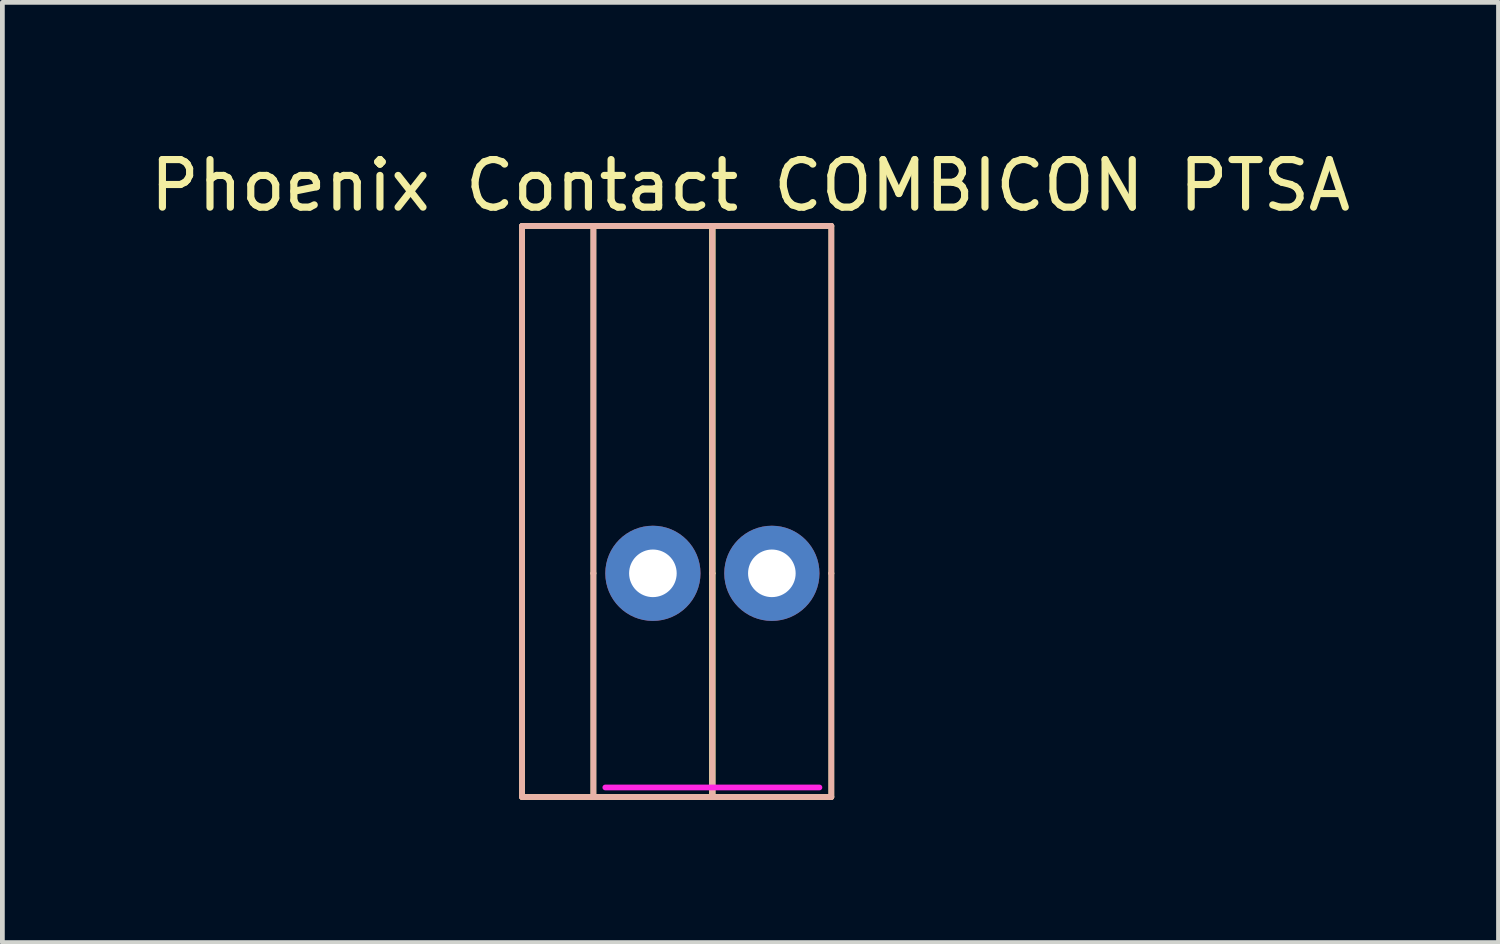
<source format=kicad_pcb>
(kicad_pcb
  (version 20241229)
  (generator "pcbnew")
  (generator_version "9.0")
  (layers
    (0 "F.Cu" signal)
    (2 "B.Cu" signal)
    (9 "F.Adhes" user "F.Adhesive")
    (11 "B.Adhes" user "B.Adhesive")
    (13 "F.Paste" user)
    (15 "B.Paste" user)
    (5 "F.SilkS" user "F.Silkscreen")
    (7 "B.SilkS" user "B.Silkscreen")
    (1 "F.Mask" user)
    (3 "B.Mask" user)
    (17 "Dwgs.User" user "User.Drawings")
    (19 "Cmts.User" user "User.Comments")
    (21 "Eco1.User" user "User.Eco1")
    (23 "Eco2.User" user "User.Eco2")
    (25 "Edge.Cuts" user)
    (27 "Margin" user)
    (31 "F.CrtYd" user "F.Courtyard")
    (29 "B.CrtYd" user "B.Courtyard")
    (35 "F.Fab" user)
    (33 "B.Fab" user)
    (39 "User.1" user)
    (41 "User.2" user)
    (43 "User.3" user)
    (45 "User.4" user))
  (footprint "Phoenix Contact COMBICON PTSA"
    (layer "F.Cu")
    (at 10.67 8.998)
    (property "Reference" "Phoenix Contact COMBICON PTSA" (at 2.05 -8.15 0) (layer "F.SilkS") (effects (font (size 1 1) (thickness 0.15))))
    (attr through_hole)
    (fp_line (start -2.75 -7.3) (end -2.75 4.7) (stroke (width 0.12) (type solid)) (layer "F.SilkS"))
    (fp_line (start -2.75 4.7) (end -1.25 4.7) (stroke (width 0.12) (type solid)) (layer "F.SilkS"))
    (fp_line (start -1.25 -7.3) (end -2.75 -7.3) (stroke (width 0.12) (type solid)) (layer "F.SilkS"))
    (fp_line (start -1.25 -7.3) (end -1.25 0) (stroke (width 0.12) (type solid)) (layer "F.SilkS"))
    (fp_line (start -1.25 0) (end -1.25 4.7) (stroke (width 0.12) (type solid)) (layer "F.SilkS"))
    (fp_line (start -1.25 4.7) (end 1.25 4.7) (stroke (width 0.12) (type solid)) (layer "F.SilkS"))
    (fp_line (start 1.25 -7.3) (end -1.25 -7.3) (stroke (width 0.12) (type solid)) (layer "F.SilkS"))
    (fp_line (start 1.25 -7.3) (end 1.25 0) (stroke (width 0.12) (type solid)) (layer "F.SilkS"))
    (fp_line (start 1.25 0) (end 1.25 -7.3) (stroke (width 0.12) (type solid)) (layer "F.SilkS"))
    (fp_line (start 1.25 0) (end 1.25 -7.3) (stroke (width 0.12) (type solid)) (layer "F.SilkS"))
    (fp_line (start 1.25 0) (end 1.25 4.7) (stroke (width 0.12) (type solid)) (layer "F.SilkS"))
    (fp_line (start 1.25 4.7) (end 1.25 0) (stroke (width 0.12) (type solid)) (layer "F.SilkS"))
    (fp_line (start 1.25 4.7) (end 1.25 0) (stroke (width 0.12) (type solid)) (layer "F.SilkS"))
    (fp_line (start 1.25 4.7) (end 3.75 4.7) (stroke (width 0.12) (type solid)) (layer "F.SilkS"))
    (fp_line (start 3.75 -7.3) (end 1.25 -7.3) (stroke (width 0.12) (type solid)) (layer "F.SilkS"))
    (fp_line (start 3.75 0) (end 3.75 -7.3) (stroke (width 0.12) (type solid)) (layer "F.SilkS"))
    (fp_line (start 3.75 4.7) (end 3.75 0) (stroke (width 0.12) (type solid)) (layer "F.SilkS"))
    (fp_line (start -2.75 -7.3) (end -1.25 -7.3) (stroke (width 0.12) (type solid)) (layer "B.SilkS"))
    (fp_line (start -2.75 4.7) (end -2.75 -7.3) (stroke (width 0.12) (type solid)) (layer "B.SilkS"))
    (fp_line (start -1.25 -7.3) (end -1.25 0) (stroke (width 0.12) (type solid)) (layer "B.SilkS"))
    (fp_line (start -1.25 0) (end -1.25 4.7) (stroke (width 0.12) (type solid)) (layer "B.SilkS"))
    (fp_line (start -1.25 4.7) (end -2.75 4.7) (stroke (width 0.12) (type solid)) (layer "B.SilkS"))
    (fp_line (start -1.25 4.7) (end 1.25 4.7) (stroke (width 0.12) (type solid)) (layer "B.SilkS"))
    (fp_line (start 1.25 -7.3) (end -1.25 -7.3) (stroke (width 0.12) (type solid)) (layer "B.SilkS"))
    (fp_line (start 1.25 -7.3) (end 1.25 0) (stroke (width 0.12) (type solid)) (layer "B.SilkS"))
    (fp_line (start 1.25 0) (end 1.25 4.7) (stroke (width 0.12) (type solid)) (layer "B.SilkS"))
    (fp_line (start 1.25 4.7) (end 3.75 4.7) (stroke (width 0.12) (type solid)) (layer "B.SilkS"))
    (fp_line (start 3.75 -7.3) (end 1.25 -7.3) (stroke (width 0.12) (type solid)) (layer "B.SilkS"))
    (fp_line (start 3.75 0) (end 3.75 -7.3) (stroke (width 0.12) (type solid)) (layer "B.SilkS"))
    (fp_line (start 3.75 4.7) (end 3.75 0) (stroke (width 0.12) (type solid)) (layer "B.SilkS"))
    (fp_line (start -1 4.5) (end 3.5 4.5) (stroke (width 0.12) (type solid)) (layer "F.CrtYd"))
    (pad "1" thru_hole circle (at 0 0) (size 2 2) (drill 1) (layers "*.Cu" "*.Mask"))
    (pad "2" thru_hole circle (at 2.5 0) (size 2 2) (drill 1) (layers "*.Cu" "*.Mask")))
  (gr_rect
    (start -3 -3)
    (end 28.44 16.758)
    (stroke (width 0.1) (type default))
    (fill no)
    (layer "Edge.Cuts")))
</source>
